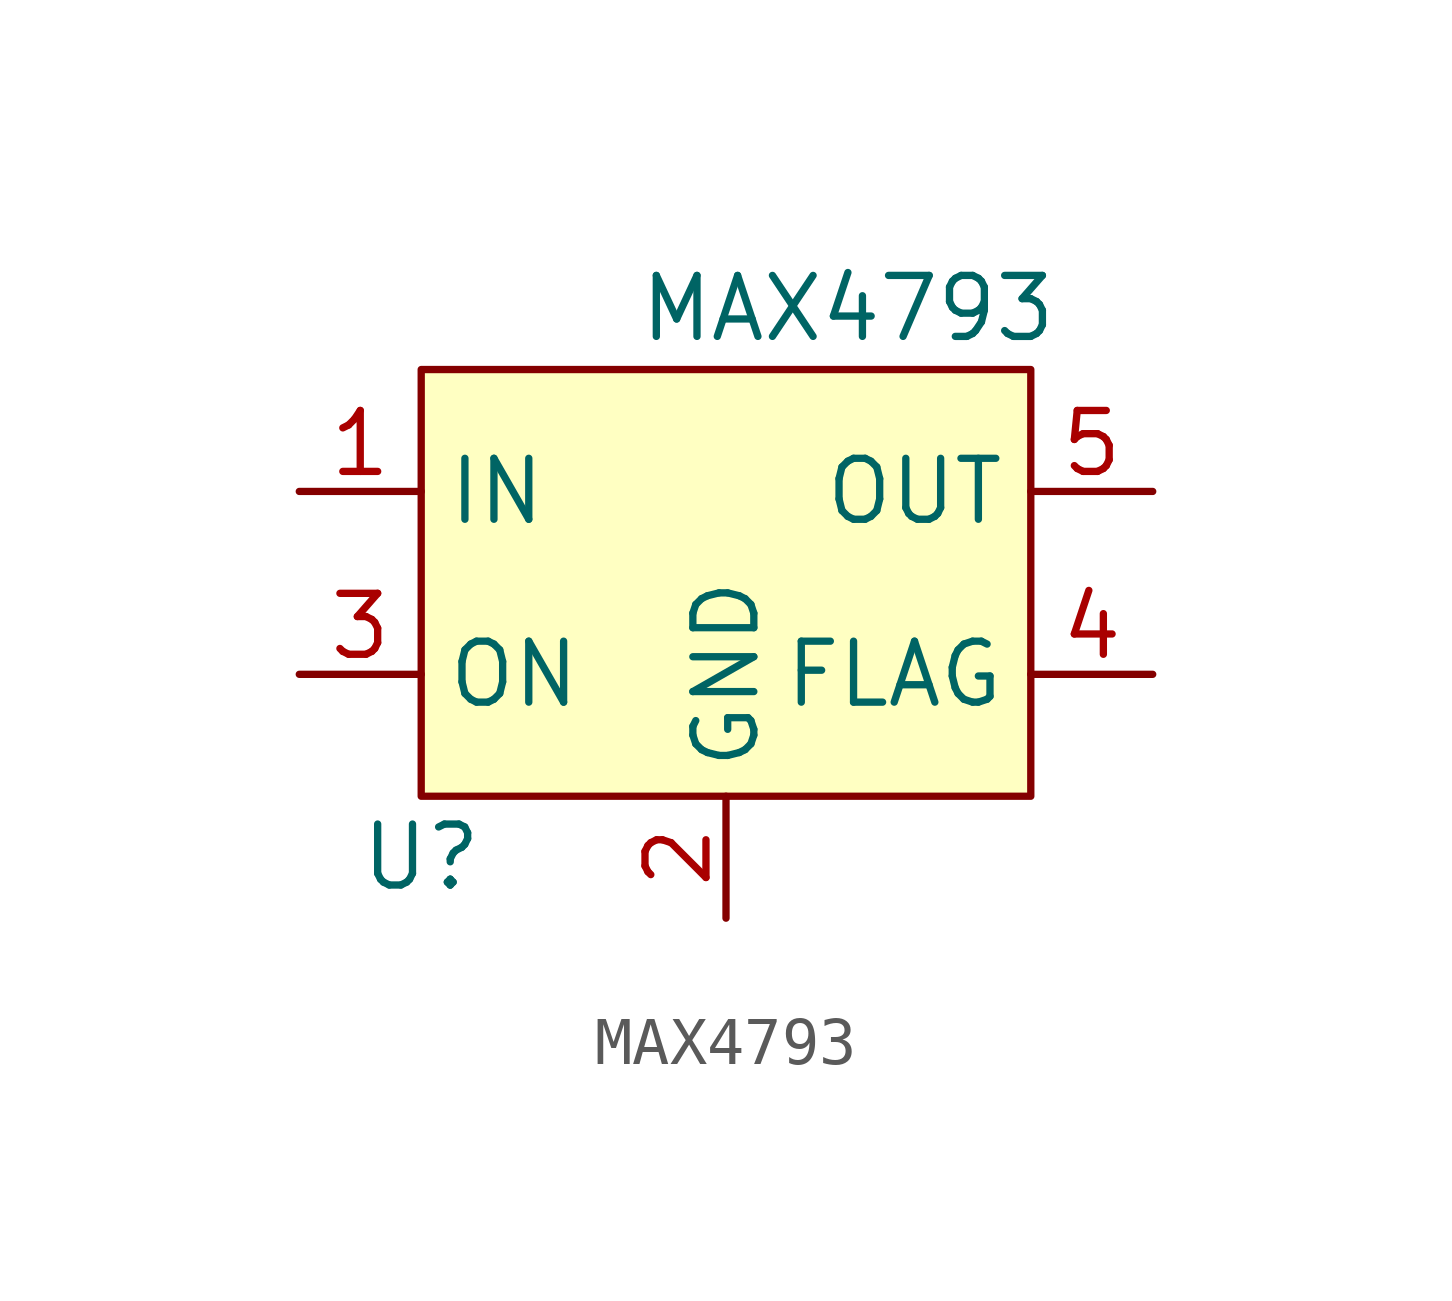
<source format=kicad_sym>
(kicad_symbol_lib
  (version 20211014)
  (generator kicad_symbol_editor)
  (symbol "MAX4793"
    (property "Reference" "U"
      (at -6.35 -3.81 0)
      (effects (font (size 1.27 1.27))))
    (property "Value" "MAX4793"
      (at 2.54 7.62 0)
      (effects (font (size 1.27 1.27))))
    (symbol "MAX4793_0_0"
      (pin input line (at -8.89 3.81 0) (length 2.54) (name "IN" (effects (font (size 1.27 1.27)))) (number "1" (effects (font (size 1.27 1.27)))))
      (pin power_in line (at 0 -5.08 90) (length 2.54) (name "GND" (effects (font (size 1.27 1.27)))) (number "2" (effects (font (size 1.27 1.27)))))
      (pin input line (at -8.89 0 0) (length 2.54) (name "ON" (effects (font (size 1.27 1.27)))) (number "3" (effects (font (size 1.27 1.27)))))
      (pin input line (at 8.89 0 180) (length 2.54) (name "FLAG" (effects (font (size 1.27 1.27)))) (number "4" (effects (font (size 1.27 1.27)))))
      (pin output line (at 8.89 3.81 180) (length 2.54) (name "OUT" (effects (font (size 1.27 1.27)))) (number "5" (effects (font (size 1.27 1.27))))))
    (symbol "MAX4793_0_1"
      (rectangle (start -6.35 6.35) (end 6.35 -2.54) (stroke (width 0) (type default) (color 0 0 0 0)) (fill (type background))))))
</source>
